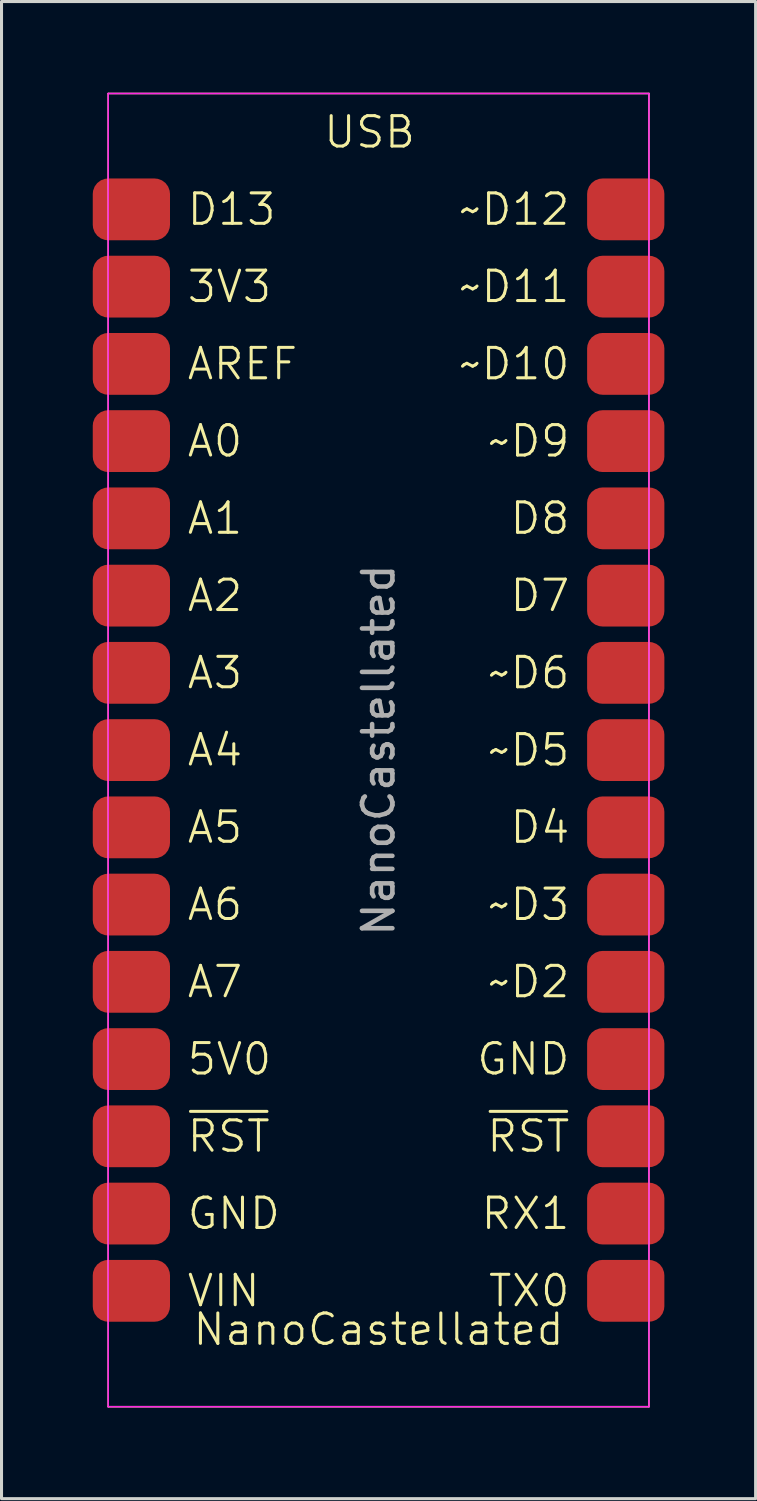
<source format=kicad_pcb>
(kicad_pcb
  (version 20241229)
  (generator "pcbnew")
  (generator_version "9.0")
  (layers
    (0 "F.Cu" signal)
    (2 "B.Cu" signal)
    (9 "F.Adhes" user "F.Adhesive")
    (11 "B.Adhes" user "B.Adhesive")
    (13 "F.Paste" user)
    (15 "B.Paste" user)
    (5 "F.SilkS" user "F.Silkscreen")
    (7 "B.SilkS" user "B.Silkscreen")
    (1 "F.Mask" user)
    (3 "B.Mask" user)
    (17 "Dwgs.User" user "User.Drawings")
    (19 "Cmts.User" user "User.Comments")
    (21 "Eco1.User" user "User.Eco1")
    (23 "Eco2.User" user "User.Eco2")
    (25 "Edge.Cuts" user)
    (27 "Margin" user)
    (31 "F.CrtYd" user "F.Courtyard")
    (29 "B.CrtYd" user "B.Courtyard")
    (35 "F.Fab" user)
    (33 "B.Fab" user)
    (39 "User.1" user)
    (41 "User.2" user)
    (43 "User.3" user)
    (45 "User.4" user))
  (footprint "NanoCastellated"
    (layer "F.Cu")
    (at 9.398 21.615)
    (property "Reference" "NanoCastellated" (at 0 19.05 0) (unlocked yes) (layer "F.SilkS") (effects (font (size 1 1) (thickness 0.1))))
    (attr smd)
    (fp_line (start -8.89 -21.59) (end -8.89 21.59) (stroke (width 0.05) (type default)) (layer "F.SilkS"))
    (fp_line (start -8.89 21.59) (end 8.89 21.59) (stroke (width 0.05) (type default)) (layer "F.SilkS"))
    (fp_line (start 8.89 -21.59) (end -8.89 -21.59) (stroke (width 0.05) (type default)) (layer "F.SilkS"))
    (fp_line (start 8.89 21.59) (end 8.89 -21.59) (stroke (width 0.05) (type default)) (layer "F.SilkS"))
    (fp_line (start -8.89 -21.59) (end -8.89 21.59) (stroke (width 0.05) (type default)) (layer "F.CrtYd"))
    (fp_line (start -8.89 21.59) (end 8.89 21.59) (stroke (width 0.05) (type default)) (layer "F.CrtYd"))
    (fp_line (start 8.89 -21.59) (end -8.89 -21.59) (stroke (width 0.05) (type default)) (layer "F.CrtYd"))
    (fp_line (start 8.89 21.59) (end 8.89 -21.59) (stroke (width 0.05) (type default)) (layer "F.CrtYd"))
    (fp_text user "USB" (at 1.27 -20.32 0) (unlocked yes) (layer "F.SilkS") (effects (font (size 1 1) (thickness 0.1)) (justify right)))
    (fp_text user "A1" (at -6.35 -7.62 0) (unlocked yes) (layer "F.SilkS") (effects (font (size 1 1) (thickness 0.1)) (justify left)))
    (fp_text user "~D12" (at 6.35 -17.78 0) (unlocked yes) (layer "F.SilkS") (effects (font (size 1 1) (thickness 0.1)) (justify right)))
    (fp_text user "D7" (at 6.35 -5.08 0) (unlocked yes) (layer "F.SilkS") (effects (font (size 1 1) (thickness 0.1)) (justify right)))
    (fp_text user "D13" (at -6.35 -17.78 0) (unlocked yes) (layer "F.SilkS") (effects (font (size 1 1) (thickness 0.1)) (justify left)))
    (fp_text user "A6" (at -6.35 5.08 0) (unlocked yes) (layer "F.SilkS") (effects (font (size 1 1) (thickness 0.1)) (justify left)))
    (fp_text user "~D11" (at 6.35 -15.24 0) (unlocked yes) (layer "F.SilkS") (effects (font (size 1 1) (thickness 0.1)) (justify right)))
    (fp_text user "RX1" (at 6.35 15.24 0) (unlocked yes) (layer "F.SilkS") (effects (font (size 1 1) (thickness 0.1)) (justify right)))
    (fp_text user "~D5" (at 6.35 0 0) (unlocked yes) (layer "F.SilkS") (effects (font (size 1 1) (thickness 0.1)) (justify right)))
    (fp_text user "~{RST}" (at -6.35 12.7 0) (unlocked yes) (layer "F.SilkS") (effects (font (size 1 1) (thickness 0.1)) (justify left)))
    (fp_text user "D4" (at 6.35 2.54 0) (unlocked yes) (layer "F.SilkS") (effects (font (size 1 1) (thickness 0.1)) (justify right)))
    (fp_text user "~D10" (at 6.35 -12.7 0) (unlocked yes) (layer "F.SilkS") (effects (font (size 1 1) (thickness 0.1)) (justify right)))
    (fp_text user "VIN" (at -6.35 17.78 0) (unlocked yes) (layer "F.SilkS") (effects (font (size 1 1) (thickness 0.1)) (justify left)))
    (fp_text user "3V3" (at -6.35 -15.24 0) (unlocked yes) (layer "F.SilkS") (effects (font (size 1 1) (thickness 0.1)) (justify left)))
    (fp_text user "5V0" (at -6.35 10.16 0) (unlocked yes) (layer "F.SilkS") (effects (font (size 1 1) (thickness 0.1)) (justify left)))
    (fp_text user "~D6" (at 6.35 -2.54 0) (unlocked yes) (layer "F.SilkS") (effects (font (size 1 1) (thickness 0.1)) (justify right)))
    (fp_text user "GND" (at 6.35 10.16 0) (unlocked yes) (layer "F.SilkS") (effects (font (size 1 1) (thickness 0.1)) (justify right)))
    (fp_text user "A3" (at -6.35 -2.54 0) (unlocked yes) (layer "F.SilkS") (effects (font (size 1 1) (thickness 0.1)) (justify left)))
    (fp_text user "A5" (at -6.35 2.54 0) (unlocked yes) (layer "F.SilkS") (effects (font (size 1 1) (thickness 0.1)) (justify left)))
    (fp_text user "~D3" (at 6.35 5.08 0) (unlocked yes) (layer "F.SilkS") (effects (font (size 1 1) (thickness 0.1)) (justify right)))
    (fp_text user "~D2" (at 6.35 7.62 0) (unlocked yes) (layer "F.SilkS") (effects (font (size 1 1) (thickness 0.1)) (justify right)))
    (fp_text user "D8" (at 6.35 -7.62 0) (unlocked yes) (layer "F.SilkS") (effects (font (size 1 1) (thickness 0.1)) (justify right)))
    (fp_text user "A2" (at -6.35 -5.08 0) (unlocked yes) (layer "F.SilkS") (effects (font (size 1 1) (thickness 0.1)) (justify left)))
    (fp_text user "A4" (at -6.35 0 0) (unlocked yes) (layer "F.SilkS") (effects (font (size 1 1) (thickness 0.1)) (justify left)))
    (fp_text user "~D9" (at 6.35 -10.16 0) (unlocked yes) (layer "F.SilkS") (effects (font (size 1 1) (thickness 0.1)) (justify right)))
    (fp_text user "A0" (at -6.35 -10.16 0) (unlocked yes) (layer "F.SilkS") (effects (font (size 1 1) (thickness 0.1)) (justify left)))
    (fp_text user "~{RST}" (at 6.35 12.7 0) (unlocked yes) (layer "F.SilkS") (effects (font (size 1 1) (thickness 0.1)) (justify right)))
    (fp_text user "TX0" (at 6.35 17.78 0) (unlocked yes) (layer "F.SilkS") (effects (font (size 1 1) (thickness 0.1)) (justify right)))
    (fp_text user "AREF" (at -6.35 -12.7 0) (unlocked yes) (layer "F.SilkS") (effects (font (size 1 1) (thickness 0.1)) (justify left)))
    (fp_text user "A7" (at -6.35 7.62 0) (unlocked yes) (layer "F.SilkS") (effects (font (size 1 1) (thickness 0.1)) (justify left)))
    (fp_text user "GND" (at -6.35 15.24 0) (unlocked yes) (layer "F.SilkS") (effects (font (size 1 1) (thickness 0.1)) (justify left)))
    (fp_text user "${REFERENCE}" (at 0 0 90) (unlocked yes) (layer "F.Fab") (effects (font (size 1 1) (thickness 0.15))))
    (pad "1" smd roundrect (at 8.128 17.78 180) (size 2.54 2.032) (layers "F.Cu" "F.Mask") (roundrect_rratio 0.25))
    (pad "2" smd roundrect (at 8.128 15.24 180) (size 2.54 2.032) (layers "F.Cu" "F.Mask") (roundrect_rratio 0.25))
    (pad "3" smd roundrect (at 8.128 12.7 180) (size 2.54 2.032) (layers "F.Cu" "F.Mask") (roundrect_rratio 0.25))
    (pad "4" smd roundrect (at 8.128 10.16 180) (size 2.54 2.032) (layers "F.Cu" "F.Mask") (roundrect_rratio 0.25))
    (pad "5" smd roundrect (at 8.128 7.62 180) (size 2.54 2.032) (layers "F.Cu" "F.Mask") (roundrect_rratio 0.25))
    (pad "6" smd roundrect (at 8.128 5.08 180) (size 2.54 2.032) (layers "F.Cu" "F.Mask") (roundrect_rratio 0.25))
    (pad "7" smd roundrect (at 8.128 2.54) (size 2.54 2.032) (layers "F.Cu" "F.Mask") (roundrect_rratio 0.25))
    (pad "8" smd roundrect (at 8.128 0) (size 2.54 2.032) (layers "F.Cu" "F.Mask") (roundrect_rratio 0.25))
    (pad "9" smd roundrect (at 8.128 -2.54) (size 2.54 2.032) (layers "F.Cu" "F.Mask") (roundrect_rratio 0.25))
    (pad "10" smd roundrect (at 8.128 -5.08) (size 2.54 2.032) (layers "F.Cu" "F.Mask") (roundrect_rratio 0.25))
    (pad "11" smd roundrect (at 8.128 -7.62) (size 2.54 2.032) (layers "F.Cu" "F.Mask") (roundrect_rratio 0.25))
    (pad "12" smd roundrect (at 8.128 -10.16) (size 2.54 2.032) (layers "F.Cu" "F.Mask") (roundrect_rratio 0.25))
    (pad "13" smd roundrect (at 8.128 -12.7) (size 2.54 2.032) (layers "F.Cu" "F.Mask") (roundrect_rratio 0.25))
    (pad "14" smd roundrect (at 8.128 -15.24) (size 2.54 2.032) (layers "F.Cu" "F.Mask") (roundrect_rratio 0.25))
    (pad "15" smd roundrect (at 8.128 -17.78) (size 2.54 2.032) (layers "F.Cu" "F.Mask") (roundrect_rratio 0.25))
    (pad "16" smd roundrect (at -8.128 -17.78) (size 2.54 2.032) (layers "F.Cu" "F.Mask") (roundrect_rratio 0.25))
    (pad "17" smd roundrect (at -8.128 -15.24) (size 2.54 2.032) (layers "F.Cu" "F.Mask") (roundrect_rratio 0.25))
    (pad "18" smd roundrect (at -8.128 -12.7) (size 2.54 2.032) (layers "F.Cu" "F.Mask") (roundrect_rratio 0.25))
    (pad "19" smd roundrect (at -8.128 -10.16) (size 2.54 2.032) (layers "F.Cu" "F.Mask") (roundrect_rratio 0.25))
    (pad "20" smd roundrect (at -8.128 -7.62) (size 2.54 2.032) (layers "F.Cu" "F.Mask") (roundrect_rratio 0.25))
    (pad "21" smd roundrect (at -8.128 -5.08) (size 2.54 2.032) (layers "F.Cu" "F.Mask") (roundrect_rratio 0.25))
    (pad "22" smd roundrect (at -8.128 -2.54) (size 2.54 2.032) (layers "F.Cu" "F.Mask") (roundrect_rratio 0.25))
    (pad "23" smd roundrect (at -8.128 0) (size 2.54 2.032) (layers "F.Cu" "F.Mask") (roundrect_rratio 0.25))
    (pad "24" smd roundrect (at -8.128 2.54 180) (size 2.54 2.032) (layers "F.Cu" "F.Mask") (roundrect_rratio 0.25))
    (pad "25" smd roundrect (at -8.128 5.08 180) (size 2.54 2.032) (layers "F.Cu" "F.Mask") (roundrect_rratio 0.25))
    (pad "26" smd roundrect (at -8.128 7.62 180) (size 2.54 2.032) (layers "F.Cu" "F.Mask") (roundrect_rratio 0.25))
    (pad "27" smd roundrect (at -8.128 10.16 180) (size 2.54 2.032) (layers "F.Cu" "F.Mask") (roundrect_rratio 0.25))
    (pad "28" smd roundrect (at -8.128 12.7 180) (size 2.54 2.032) (layers "F.Cu" "F.Mask") (roundrect_rratio 0.25))
    (pad "29" smd roundrect (at -8.128 15.24 180) (size 2.54 2.032) (layers "F.Cu" "F.Mask") (roundrect_rratio 0.25))
    (pad "30" smd roundrect (at -8.128 17.78) (size 2.54 2.032) (layers "F.Cu" "F.Mask") (roundrect_rratio 0.25)))
  (gr_rect
    (start -3 -3)
    (end 21.796 46.23)
    (stroke (width 0.1) (type default))
    (fill no)
    (layer "Edge.Cuts")))
</source>
